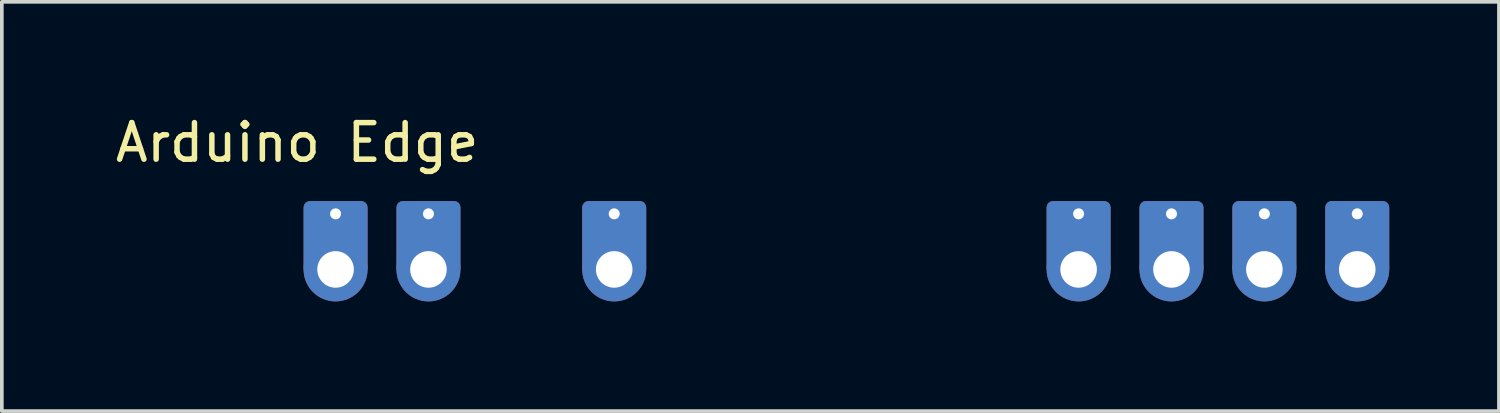
<source format=kicad_pcb>
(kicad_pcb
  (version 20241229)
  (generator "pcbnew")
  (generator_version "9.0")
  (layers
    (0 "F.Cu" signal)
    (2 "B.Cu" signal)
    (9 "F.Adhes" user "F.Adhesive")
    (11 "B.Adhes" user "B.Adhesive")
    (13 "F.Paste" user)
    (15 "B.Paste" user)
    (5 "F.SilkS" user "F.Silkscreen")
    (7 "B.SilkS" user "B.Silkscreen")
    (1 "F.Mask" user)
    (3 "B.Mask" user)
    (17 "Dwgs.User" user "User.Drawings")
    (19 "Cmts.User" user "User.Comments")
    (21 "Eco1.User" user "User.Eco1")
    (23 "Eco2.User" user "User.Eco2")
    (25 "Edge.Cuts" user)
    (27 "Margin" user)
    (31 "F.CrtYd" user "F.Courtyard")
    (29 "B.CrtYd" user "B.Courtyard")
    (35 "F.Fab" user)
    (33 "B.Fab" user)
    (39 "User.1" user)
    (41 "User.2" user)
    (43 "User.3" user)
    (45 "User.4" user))
  (footprint "Arduino Edge"
    (layer "F.Cu")
    (at 8.667 4.318)
    (property "Reference" "Arduino Edge" (at -3.59 -3.47 0) (layer "F.SilkS") (effects (font (size 1 1) (thickness 0.15))))
    (attr through_hole)
    (pad "10" thru_hole roundrect (at 25.4 -1.52) (size 1.75 2) (drill 0.3 (offset 0 0.65)) (layers "*.Cu" "*.Mask") (roundrect_rratio 0.1))
    (pad "10" thru_hole circle (at 25.4 0) (size 1.75 1.75) (drill 1) (layers "*.Cu" "*.Mask"))
    (pad "14" thru_hole roundrect (at 20.32 -1.52) (size 1.75 2) (drill 0.3 (offset 0 0.65)) (layers "*.Cu" "*.Mask") (roundrect_rratio 0.1))
    (pad "14" thru_hole circle (at 20.32 0) (size 1.75 1.75) (drill 1) (layers "*.Cu" "*.Mask"))
    (pad "15" thru_hole roundrect (at 17.78 -1.52) (size 1.75 2) (drill 0.3 (offset 0 0.65)) (layers "*.Cu" "*.Mask") (roundrect_rratio 0.1))
    (pad "15" thru_hole circle (at 17.78 0) (size 1.75 1.75) (drill 1) (layers "*.Cu" "*.Mask"))
    (pad "16" thru_hole roundrect (at 22.86 -1.52) (size 1.75 2) (drill 0.3 (offset 0 0.65)) (layers "*.Cu" "*.Mask") (roundrect_rratio 0.1))
    (pad "16" thru_hole circle (at 22.86 0) (size 1.75 1.75) (drill 1) (layers "*.Cu" "*.Mask"))
    (pad "101" thru_hole roundrect (at 5.08 -1.52) (size 1.75 2) (drill 0.3 (offset 0 0.65)) (layers "*.Cu" "*.Mask") (roundrect_rratio 0.1))
    (pad "101" thru_hole circle (at 5.08 0) (size 1.75 1.75) (drill 1) (layers "*.Cu" "*.Mask"))
    (pad "102" thru_hole roundrect (at 0 -1.52) (size 1.75 2) (drill 0.3 (offset 0 0.65)) (layers "*.Cu" "*.Mask") (roundrect_rratio 0.1))
    (pad "102" thru_hole circle (at 0 0) (size 1.75 1.75) (drill 1) (layers "*.Cu" "*.Mask"))
    (pad "103" thru_hole roundrect (at -2.54 -1.52) (size 1.75 2) (drill 0.3 (offset 0 0.65)) (layers "*.Cu" "*.Mask") (roundrect_rratio 0.1))
    (pad "103" thru_hole circle (at -2.54 0) (size 1.75 1.75) (drill 1) (layers "*.Cu" "*.Mask")))
  (gr_rect
    (start -3 -3)
    (end 37.942 8.193)
    (stroke (width 0.1) (type default))
    (fill no)
    (layer "Edge.Cuts")))
</source>
